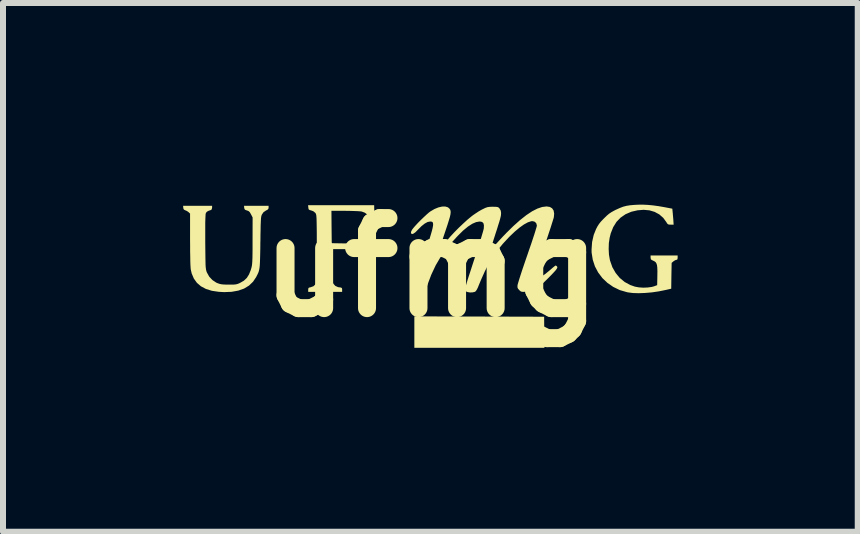
<source format=kicad_pcb>
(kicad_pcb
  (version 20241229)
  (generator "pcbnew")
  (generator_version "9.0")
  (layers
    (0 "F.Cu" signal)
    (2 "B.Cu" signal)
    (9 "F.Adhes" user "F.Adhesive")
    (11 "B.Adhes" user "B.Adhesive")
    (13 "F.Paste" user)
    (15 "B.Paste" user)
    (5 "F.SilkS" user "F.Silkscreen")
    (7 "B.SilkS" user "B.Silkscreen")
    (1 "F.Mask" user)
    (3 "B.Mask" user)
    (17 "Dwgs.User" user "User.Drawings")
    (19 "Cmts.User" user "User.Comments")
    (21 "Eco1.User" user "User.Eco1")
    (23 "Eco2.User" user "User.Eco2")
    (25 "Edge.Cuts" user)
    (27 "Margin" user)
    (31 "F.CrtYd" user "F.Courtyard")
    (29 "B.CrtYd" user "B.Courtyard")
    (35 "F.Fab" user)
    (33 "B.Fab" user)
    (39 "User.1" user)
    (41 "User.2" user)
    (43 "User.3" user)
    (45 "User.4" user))
  (footprint "ufmg"
    (layer "F.Cu")
    (at 4.135 1.404)
    (property "Reference" "ufmg" (at 0 0 0) (layer "F.SilkS") (effects (font (size 1.5 1.5) (thickness 0.3))))
    (attr board_only exclude_from_pos_files exclude_from_bom)
    (fp_poly (pts (xy 0.798 0.819) (xy 1.879 0.822) (xy 1.881 1.081) (xy 1.884 1.34) (xy 0.801 1.34) (xy -0.283 1.34) (xy -0.283 1.078) (xy -0.283 0.816)) (stroke (width 0) (type solid)) (fill yes) (layer "F.SilkS"))
    (fp_poly (pts (xy -0.952 -1.001) (xy -0.951 -0.973) (xy -0.949 -0.933) (xy -0.946 -0.889) (xy -0.946 -0.886) (xy -0.939 -0.806) (xy -0.981 -0.806) (xy -1.009 -0.808) (xy -1.025 -0.817) (xy -1.036 -0.837) (xy -1.065 -0.88) (xy -1.11 -0.912) (xy -1.162 -0.931) (xy -1.188 -0.934) (xy -1.232 -0.937) (xy -1.288 -0.939) (xy -1.353 -0.941) (xy -1.423 -0.942) (xy -1.44 -0.942) (xy -1.664 -0.942) (xy -1.662 -0.672) (xy -1.659 -0.403) (xy -1.481 -0.4) (xy -1.399 -0.4) (xy -1.335 -0.402) (xy -1.286 -0.407) (xy -1.251 -0.415) (xy -1.226 -0.428) (xy -1.21 -0.446) (xy -1.202 -0.461) (xy -1.186 -0.484) (xy -1.163 -0.492) (xy -1.159 -0.492) (xy -1.13 -0.492) (xy -1.13 -0.356) (xy -1.13 -0.22) (xy -1.16 -0.22) (xy -1.187 -0.226) (xy -1.202 -0.246) (xy -1.213 -0.265) (xy -1.23 -0.279) (xy -1.255 -0.29) (xy -1.291 -0.297) (xy -1.34 -0.301) (xy -1.406 -0.303) (xy -1.475 -0.304) (xy -1.664 -0.304) (xy -1.664 -0.069) (xy -1.664 0.003) (xy -1.662 0.071) (xy -1.66 0.13) (xy -1.657 0.178) (xy -1.654 0.211) (xy -1.653 0.218) (xy -1.633 0.271) (xy -1.6 0.308) (xy -1.554 0.329) (xy -1.534 0.332) (xy -1.505 0.336) (xy -1.491 0.344) (xy -1.486 0.359) (xy -1.486 0.373) (xy -1.486 0.408) (xy -1.769 0.408) (xy -2.051 0.408) (xy -2.051 0.373) (xy -2.049 0.35) (xy -2.04 0.338) (xy -2.016 0.332) (xy -2.011 0.331) (xy -1.964 0.314) (xy -1.93 0.282) (xy -1.911 0.236) (xy -1.91 0.229) (xy -1.909 0.21) (xy -1.908 0.172) (xy -1.907 0.117) (xy -1.907 0.048) (xy -1.906 -0.033) (xy -1.906 -0.124) (xy -1.906 -0.223) (xy -1.907 -0.327) (xy -1.907 -0.347) (xy -1.908 -0.466) (xy -1.908 -0.566) (xy -1.909 -0.649) (xy -1.91 -0.716) (xy -1.911 -0.769) (xy -1.912 -0.81) (xy -1.914 -0.841) (xy -1.916 -0.864) (xy -1.919 -0.88) (xy -1.923 -0.891) (xy -1.927 -0.9) (xy -1.932 -0.907) (xy -1.932 -0.907) (xy -1.965 -0.935) (xy -2 -0.948) (xy -2.029 -0.956) (xy -2.043 -0.967) (xy -2.048 -0.986) (xy -2.049 -0.998) (xy -2.053 -1.036) (xy -1.502 -1.036) (xy -0.952 -1.036)) (stroke (width 0) (type solid)) (fill yes) (layer "F.SilkS"))
    (fp_poly (pts (xy 3.604 -1.041) (xy 3.69 -1.033) (xy 3.785 -1.02) (xy 3.894 -1.001) (xy 3.919 -0.996) (xy 4.014 -0.978) (xy 4.021 -0.91) (xy 4.025 -0.861) (xy 4.03 -0.807) (xy 4.032 -0.777) (xy 4.036 -0.712) (xy 3.987 -0.712) (xy 3.957 -0.713) (xy 3.938 -0.721) (xy 3.923 -0.739) (xy 3.917 -0.751) (xy 3.864 -0.824) (xy 3.798 -0.882) (xy 3.721 -0.924) (xy 3.634 -0.95) (xy 3.538 -0.959) (xy 3.436 -0.951) (xy 3.332 -0.927) (xy 3.236 -0.886) (xy 3.154 -0.83) (xy 3.085 -0.759) (xy 3.03 -0.671) (xy 2.989 -0.568) (xy 2.97 -0.492) (xy 2.957 -0.403) (xy 2.954 -0.306) (xy 2.959 -0.211) (xy 2.974 -0.125) (xy 2.978 -0.11) (xy 3.016 -0.002) (xy 3.071 0.094) (xy 3.139 0.176) (xy 3.22 0.243) (xy 3.312 0.293) (xy 3.392 0.321) (xy 3.458 0.333) (xy 3.531 0.338) (xy 3.604 0.335) (xy 3.67 0.326) (xy 3.705 0.317) (xy 3.762 0.296) (xy 3.765 0.138) (xy 3.766 0.063) (xy 3.764 0.005) (xy 3.759 -0.037) (xy 3.749 -0.067) (xy 3.735 -0.088) (xy 3.714 -0.103) (xy 3.695 -0.112) (xy 3.668 -0.125) (xy 3.656 -0.138) (xy 3.653 -0.16) (xy 3.652 -0.164) (xy 3.652 -0.199) (xy 3.878 -0.199) (xy 4.103 -0.199) (xy 4.103 -0.162) (xy 4.1 -0.137) (xy 4.091 -0.127) (xy 4.082 -0.126) (xy 4.061 -0.119) (xy 4.036 -0.103) (xy 4.032 -0.1) (xy 4.003 -0.075) (xy 3.999 0.14) (xy 3.996 0.355) (xy 3.905 0.376) (xy 3.792 0.399) (xy 3.676 0.416) (xy 3.562 0.426) (xy 3.454 0.43) (xy 3.356 0.427) (xy 3.273 0.416) (xy 3.259 0.413) (xy 3.139 0.378) (xy 3.03 0.325) (xy 2.933 0.258) (xy 2.849 0.178) (xy 2.779 0.085) (xy 2.725 -0.017) (xy 2.689 -0.127) (xy 2.67 -0.245) (xy 2.669 -0.295) (xy 2.678 -0.422) (xy 2.705 -0.541) (xy 2.744 -0.638) (xy 2.768 -0.684) (xy 2.793 -0.723) (xy 2.823 -0.761) (xy 2.865 -0.805) (xy 2.877 -0.817) (xy 2.922 -0.861) (xy 2.961 -0.894) (xy 3 -0.92) (xy 3.045 -0.945) (xy 3.066 -0.956) (xy 3.134 -0.987) (xy 3.193 -1.01) (xy 3.25 -1.025) (xy 3.312 -1.035) (xy 3.384 -1.041) (xy 3.438 -1.044) (xy 3.522 -1.045)) (stroke (width 0) (type solid)) (fill yes) (layer "F.SilkS"))
    (fp_poly (pts (xy -3.652 -0.994) (xy -3.659 -0.966) (xy -3.671 -0.956) (xy -3.712 -0.942) (xy -3.737 -0.928) (xy -3.752 -0.911) (xy -3.757 -0.901) (xy -3.76 -0.885) (xy -3.762 -0.855) (xy -3.764 -0.808) (xy -3.766 -0.745) (xy -3.766 -0.664) (xy -3.766 -0.564) (xy -3.766 -0.444) (xy -3.766 -0.423) (xy -3.765 -0.314) (xy -3.764 -0.224) (xy -3.763 -0.151) (xy -3.762 -0.092) (xy -3.761 -0.046) (xy -3.759 -0.011) (xy -3.756 0.016) (xy -3.753 0.037) (xy -3.749 0.054) (xy -3.745 0.069) (xy -3.739 0.084) (xy -3.738 0.086) (xy -3.7 0.154) (xy -3.647 0.211) (xy -3.582 0.254) (xy -3.561 0.263) (xy -3.53 0.274) (xy -3.5 0.281) (xy -3.463 0.285) (xy -3.416 0.287) (xy -3.375 0.287) (xy -3.32 0.287) (xy -3.281 0.286) (xy -3.251 0.282) (xy -3.225 0.275) (xy -3.198 0.264) (xy -3.184 0.257) (xy -3.123 0.222) (xy -3.074 0.176) (xy -3.037 0.117) (xy -3.007 0.042) (xy -2.996 0.003) (xy -2.991 -0.019) (xy -2.987 -0.043) (xy -2.984 -0.073) (xy -2.982 -0.11) (xy -2.98 -0.157) (xy -2.979 -0.216) (xy -2.978 -0.29) (xy -2.978 -0.381) (xy -2.978 -0.45) (xy -2.977 -0.832) (xy -3.004 -0.884) (xy -3.022 -0.916) (xy -3.04 -0.935) (xy -3.064 -0.946) (xy -3.072 -0.948) (xy -3.099 -0.958) (xy -3.112 -0.971) (xy -3.117 -0.992) (xy -3.12 -1.026) (xy -2.915 -1.026) (xy -2.711 -1.026) (xy -2.711 -0.997) (xy -2.714 -0.976) (xy -2.728 -0.961) (xy -2.755 -0.947) (xy -2.795 -0.92) (xy -2.82 -0.884) (xy -2.826 -0.873) (xy -2.83 -0.86) (xy -2.834 -0.843) (xy -2.837 -0.82) (xy -2.839 -0.789) (xy -2.841 -0.748) (xy -2.843 -0.696) (xy -2.844 -0.629) (xy -2.846 -0.545) (xy -2.847 -0.444) (xy -2.848 -0.419) (xy -2.849 -0.309) (xy -2.851 -0.218) (xy -2.853 -0.143) (xy -2.855 -0.082) (xy -2.858 -0.033) (xy -2.862 0.007) (xy -2.868 0.04) (xy -2.875 0.068) (xy -2.884 0.093) (xy -2.896 0.118) (xy -2.91 0.145) (xy -2.917 0.16) (xy -2.97 0.239) (xy -3.037 0.303) (xy -3.119 0.353) (xy -3.216 0.387) (xy -3.327 0.407) (xy -3.452 0.412) (xy -3.541 0.407) (xy -3.656 0.39) (xy -3.755 0.359) (xy -3.838 0.315) (xy -3.905 0.257) (xy -3.956 0.186) (xy -3.992 0.101) (xy -4.008 0.031) (xy -4.01 0.004) (xy -4.013 -0.042) (xy -4.015 -0.104) (xy -4.016 -0.181) (xy -4.018 -0.269) (xy -4.018 -0.368) (xy -4.019 -0.467) (xy -4.019 -0.896) (xy -4.044 -0.92) (xy -4.071 -0.939) (xy -4.099 -0.951) (xy -4.121 -0.962) (xy -4.131 -0.982) (xy -4.132 -0.992) (xy -4.135 -1.026) (xy -3.894 -1.026) (xy -3.652 -1.026)) (stroke (width 0) (type solid)) (fill yes) (layer "F.SilkS"))
    (fp_poly (pts (xy 1.974 -1.007) (xy 2.012 -0.984) (xy 2.037 -0.947) (xy 2.046 -0.896) (xy 2.041 -0.837) (xy 2.035 -0.815) (xy 2.023 -0.776) (xy 2.006 -0.722) (xy 1.985 -0.655) (xy 1.959 -0.578) (xy 1.931 -0.492) (xy 1.9 -0.4) (xy 1.878 -0.336) (xy 1.839 -0.221) (xy 1.806 -0.12) (xy 1.778 -0.034) (xy 1.756 0.036) (xy 1.74 0.089) (xy 1.731 0.125) (xy 1.729 0.141) (xy 1.739 0.167) (xy 1.761 0.177) (xy 1.795 0.171) (xy 1.84 0.149) (xy 1.896 0.111) (xy 1.961 0.058) (xy 1.992 0.032) (xy 2.024 0.004) (xy 2.051 -0.018) (xy 2.068 -0.03) (xy 2.071 -0.031) (xy 2.085 -0.024) (xy 2.093 -0.016) (xy 2.098 -0.006) (xy 2.098 0.006) (xy 2.09 0.022) (xy 2.074 0.045) (xy 2.047 0.075) (xy 2.009 0.116) (xy 1.958 0.168) (xy 1.938 0.188) (xy 1.886 0.239) (xy 1.846 0.278) (xy 1.812 0.306) (xy 1.782 0.328) (xy 1.752 0.347) (xy 1.723 0.362) (xy 1.672 0.385) (xy 1.63 0.398) (xy 1.588 0.405) (xy 1.569 0.406) (xy 1.53 0.408) (xy 1.506 0.406) (xy 1.488 0.399) (xy 1.47 0.384) (xy 1.464 0.377) (xy 1.444 0.355) (xy 1.435 0.334) (xy 1.435 0.306) (xy 1.436 0.295) (xy 1.441 0.275) (xy 1.452 0.238) (xy 1.468 0.185) (xy 1.489 0.12) (xy 1.514 0.043) (xy 1.543 -0.042) (xy 1.574 -0.133) (xy 1.6 -0.208) (xy 1.632 -0.302) (xy 1.663 -0.391) (xy 1.69 -0.473) (xy 1.714 -0.545) (xy 1.733 -0.606) (xy 1.747 -0.653) (xy 1.756 -0.684) (xy 1.758 -0.697) (xy 1.749 -0.733) (xy 1.725 -0.759) (xy 1.69 -0.77) (xy 1.665 -0.769) (xy 1.609 -0.751) (xy 1.543 -0.715) (xy 1.47 -0.663) (xy 1.391 -0.597) (xy 1.306 -0.516) (xy 1.291 -0.501) (xy 1.191 -0.393) (xy 1.104 -0.286) (xy 1.026 -0.177) (xy 0.956 -0.061) (xy 0.891 0.066) (xy 0.828 0.207) (xy 0.796 0.284) (xy 0.775 0.336) (xy 0.757 0.372) (xy 0.742 0.394) (xy 0.728 0.406) (xy 0.726 0.407) (xy 0.689 0.416) (xy 0.645 0.418) (xy 0.603 0.411) (xy 0.586 0.405) (xy 0.566 0.389) (xy 0.557 0.374) (xy 0.559 0.361) (xy 0.568 0.329) (xy 0.582 0.283) (xy 0.6 0.222) (xy 0.623 0.149) (xy 0.65 0.067) (xy 0.679 -0.023) (xy 0.71 -0.118) (xy 0.742 -0.215) (xy 0.772 -0.308) (xy 0.8 -0.395) (xy 0.824 -0.473) (xy 0.844 -0.54) (xy 0.86 -0.594) (xy 0.87 -0.632) (xy 0.874 -0.651) (xy 0.876 -0.702) (xy 0.867 -0.737) (xy 0.845 -0.757) (xy 0.809 -0.764) (xy 0.803 -0.764) (xy 0.745 -0.754) (xy 0.681 -0.726) (xy 0.609 -0.679) (xy 0.529 -0.613) (xy 0.442 -0.527) (xy 0.416 -0.499) (xy 0.358 -0.435) (xy 0.31 -0.382) (xy 0.272 -0.336) (xy 0.238 -0.294) (xy 0.206 -0.25) (xy 0.173 -0.202) (xy 0.157 -0.178) (xy 0.073 -0.035) (xy 0.00005 0.12) (xy -0.048 0.246) (xy -0.065 0.294) (xy -0.082 0.336) (xy -0.097 0.367) (xy -0.106 0.381) (xy -0.132 0.397) (xy -0.17 0.406) (xy -0.213 0.408) (xy -0.252 0.403) (xy -0.281 0.391) (xy -0.281 0.39) (xy -0.306 0.371) (xy -0.137 -0.143) (xy -0.096 -0.269) (xy -0.061 -0.377) (xy -0.032 -0.468) (xy -0.009 -0.544) (xy 0.009 -0.606) (xy 0.021 -0.655) (xy 0.028 -0.692) (xy 0.03 -0.72) (xy 0.027 -0.74) (xy 0.021 -0.753) (xy 0.01 -0.76) (xy -0.004 -0.763) (xy -0.02 -0.764) (xy -0.062 -0.756) (xy -0.11 -0.73) (xy -0.164 -0.687) (xy -0.221 -0.63) (xy -0.263 -0.587) (xy -0.296 -0.563) (xy -0.32 -0.555) (xy -0.335 -0.564) (xy -0.339 -0.572) (xy -0.338 -0.592) (xy -0.324 -0.622) (xy -0.318 -0.632) (xy -0.295 -0.661) (xy -0.261 -0.7) (xy -0.219 -0.745) (xy -0.171 -0.793) (xy -0.123 -0.839) (xy -0.078 -0.881) (xy -0.04 -0.914) (xy -0.016 -0.932) (xy 0.052 -0.972) (xy 0.118 -0.999) (xy 0.179 -1.013) (xy 0.232 -1.014) (xy 0.275 -1.001) (xy 0.288 -0.991) (xy 0.304 -0.976) (xy 0.314 -0.96) (xy 0.321 -0.94) (xy 0.322 -0.914) (xy 0.318 -0.88) (xy 0.308 -0.836) (xy 0.291 -0.78) (xy 0.269 -0.709) (xy 0.24 -0.622) (xy 0.226 -0.581) (xy 0.197 -0.494) (xy 0.174 -0.425) (xy 0.158 -0.374) (xy 0.148 -0.339) (xy 0.144 -0.319) (xy 0.145 -0.312) (xy 0.149 -0.315) (xy 0.165 -0.334) (xy 0.19 -0.364) (xy 0.222 -0.403) (xy 0.257 -0.445) (xy 0.26 -0.448) (xy 0.317 -0.514) (xy 0.384 -0.586) (xy 0.456 -0.659) (xy 0.53 -0.729) (xy 0.6 -0.793) (xy 0.664 -0.846) (xy 0.691 -0.867) (xy 0.739 -0.9) (xy 0.791 -0.934) (xy 0.84 -0.962) (xy 0.858 -0.971) (xy 0.9 -0.991) (xy 0.934 -1.003) (xy 0.967 -1.008) (xy 1.009 -1.01) (xy 1.024 -1.01) (xy 1.067 -1.009) (xy 1.095 -1.007) (xy 1.113 -1.002) (xy 1.127 -0.991) (xy 1.136 -0.981) (xy 1.156 -0.946) (xy 1.162 -0.907) (xy 1.161 -0.89) (xy 1.16 -0.873) (xy 1.157 -0.853) (xy 1.151 -0.829) (xy 1.143 -0.797) (xy 1.131 -0.756) (xy 1.114 -0.703) (xy 1.093 -0.634) (xy 1.065 -0.549) (xy 1.061 -0.535) (xy 1.039 -0.468) (xy 1.02 -0.407) (xy 1.005 -0.356) (xy 0.993 -0.317) (xy 0.987 -0.293) (xy 0.986 -0.287) (xy 0.994 -0.293) (xy 1.011 -0.312) (xy 1.035 -0.34) (xy 1.042 -0.348) (xy 1.065 -0.376) (xy 1.101 -0.415) (xy 1.144 -0.462) (xy 1.192 -0.514) (xy 1.242 -0.565) (xy 1.245 -0.569) (xy 1.366 -0.688) (xy 1.478 -0.788) (xy 1.582 -0.87) (xy 1.678 -0.934) (xy 1.766 -0.979) (xy 1.846 -1.006) (xy 1.919 -1.015) (xy 1.921 -1.015)) (stroke (width 0) (type solid)) (fill yes) (layer "F.SilkS")))
  (gr_rect
    (start -3 -3)
    (end 11.238 5.808)
    (stroke (width 0.1) (type default))
    (fill no)
    (layer "Edge.Cuts")))
</source>
